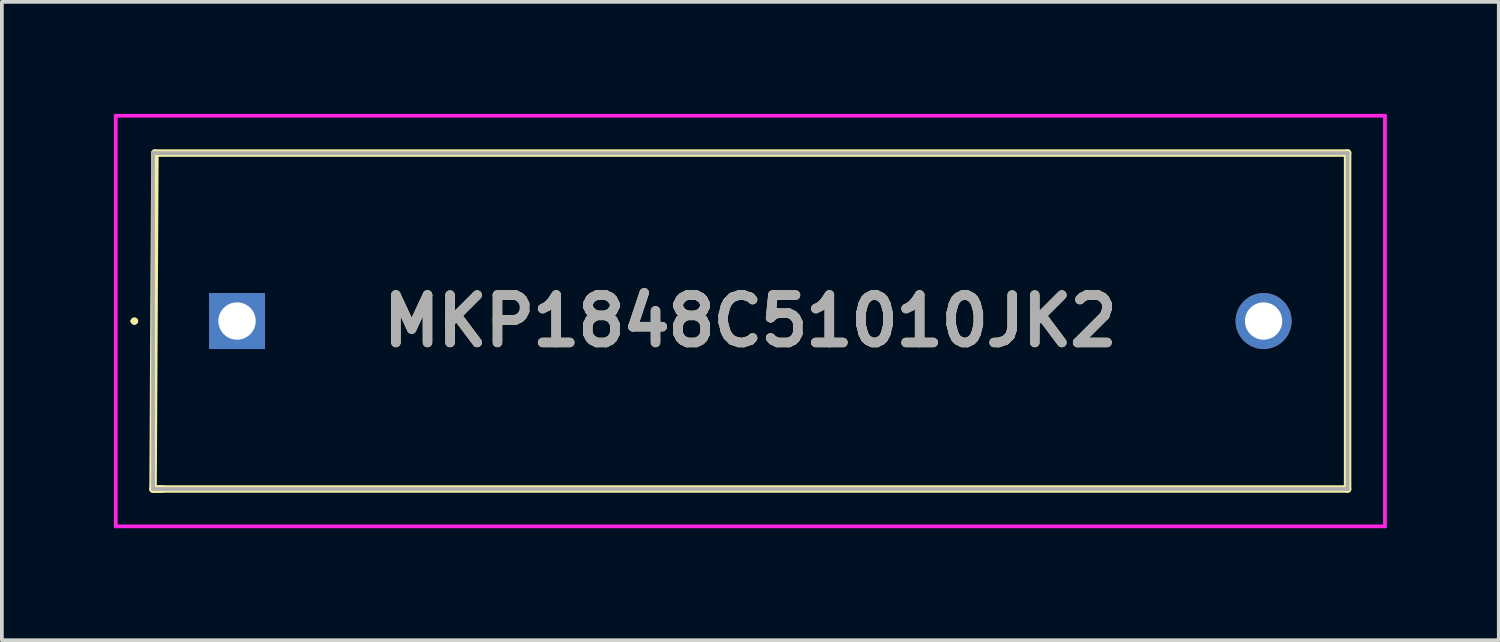
<source format=kicad_pcb>
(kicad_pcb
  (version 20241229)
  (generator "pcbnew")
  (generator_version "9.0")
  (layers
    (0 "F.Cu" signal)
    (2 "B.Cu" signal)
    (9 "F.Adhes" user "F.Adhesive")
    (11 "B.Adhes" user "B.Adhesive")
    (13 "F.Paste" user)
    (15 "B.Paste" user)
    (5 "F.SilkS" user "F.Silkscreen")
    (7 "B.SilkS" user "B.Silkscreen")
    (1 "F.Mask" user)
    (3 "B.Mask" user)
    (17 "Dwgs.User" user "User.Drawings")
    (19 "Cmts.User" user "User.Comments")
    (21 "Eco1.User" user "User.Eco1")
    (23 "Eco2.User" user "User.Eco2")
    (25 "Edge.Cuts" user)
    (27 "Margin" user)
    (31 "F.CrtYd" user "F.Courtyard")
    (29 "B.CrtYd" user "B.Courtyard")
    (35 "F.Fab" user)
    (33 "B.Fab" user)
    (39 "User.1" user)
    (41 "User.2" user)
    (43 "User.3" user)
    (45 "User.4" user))
  (footprint "MKP1848C51010JK2"
    (layer "F.Cu")
    (at 3.3 5.55)
    (property "Reference" "MKP1848C51010JK2" (at 13.75 0 0) (layer "F.SilkS") (effects (font (size 1.27 1.27) (thickness 0.254))))
    (attr through_hole)
    (fp_line (start -2.8 0) (end -2.8 0) (stroke (width 0.1) (type solid)) (layer "F.SilkS"))
    (fp_line (start -2.8 0) (end -2.8 0) (stroke (width 0.1) (type solid)) (layer "F.SilkS"))
    (fp_line (start -2.7 0) (end -2.7 0) (stroke (width 0.1) (type solid)) (layer "F.SilkS"))
    (fp_line (start -2.25 4.5) (end -2.2 -4.5) (stroke (width 0.2) (type solid)) (layer "F.SilkS"))
    (fp_line (start -2.25 4.5) (end -2 4.5) (stroke (width 0.2) (type solid)) (layer "F.SilkS"))
    (fp_line (start -2.2 -4.5) (end 29.75 -4.5) (stroke (width 0.2) (type solid)) (layer "F.SilkS"))
    (fp_line (start 29.75 -4.5) (end 29.75 4.5) (stroke (width 0.2) (type solid)) (layer "F.SilkS"))
    (fp_line (start 29.75 4.5) (end -2.25 4.5) (stroke (width 0.2) (type solid)) (layer "F.SilkS"))
    (fp_arc (start -2.8 0) (mid -2.75 -0.05) (end -2.7 0) (stroke (width 0.1) (type solid)) (layer "F.SilkS"))
    (fp_arc (start -2.7 0) (mid -2.75 0.05) (end -2.8 0) (stroke (width 0.1) (type solid)) (layer "F.SilkS"))
    (fp_arc (start -2.7 0) (mid -2.75 0.05) (end -2.8 0) (stroke (width 0.1) (type solid)) (layer "F.SilkS"))
    (fp_line (start -3.25 -5.5) (end 30.75 -5.5) (stroke (width 0.1) (type solid)) (layer "F.CrtYd"))
    (fp_line (start -3.25 5.5) (end -3.25 -5.5) (stroke (width 0.1) (type solid)) (layer "F.CrtYd"))
    (fp_line (start 30.75 -5.5) (end 30.75 5.5) (stroke (width 0.1) (type solid)) (layer "F.CrtYd"))
    (fp_line (start 30.75 5.5) (end -3.25 5.5) (stroke (width 0.1) (type solid)) (layer "F.CrtYd"))
    (fp_line (start -2.25 -4.5) (end -2.25 4.5) (stroke (width 0.1) (type solid)) (layer "F.Fab"))
    (fp_line (start -2.25 4.5) (end 29.75 4.5) (stroke (width 0.1) (type solid)) (layer "F.Fab"))
    (fp_line (start 29.75 -4.5) (end -2.25 -4.5) (stroke (width 0.1) (type solid)) (layer "F.Fab"))
    (fp_line (start 29.75 4.5) (end 29.75 -4.5) (stroke (width 0.1) (type solid)) (layer "F.Fab"))
    (fp_text user "${REFERENCE}" (at 13.75 0 0) (layer "F.Fab") (effects (font (size 1.27 1.27) (thickness 0.254))))
    (pad "1" thru_hole rect (at 0 0) (size 1.5 1.5) (drill 1) (layers "*.Cu" "*.Mask"))
    (pad "2" thru_hole circle (at 27.5 0) (size 1.5 1.5) (drill 1) (layers "*.Cu" "*.Mask")))
  (gr_rect
    (start -3 -3)
    (end 37.1 14.1)
    (stroke (width 0.1) (type default))
    (fill no)
    (layer "Edge.Cuts")))
</source>
